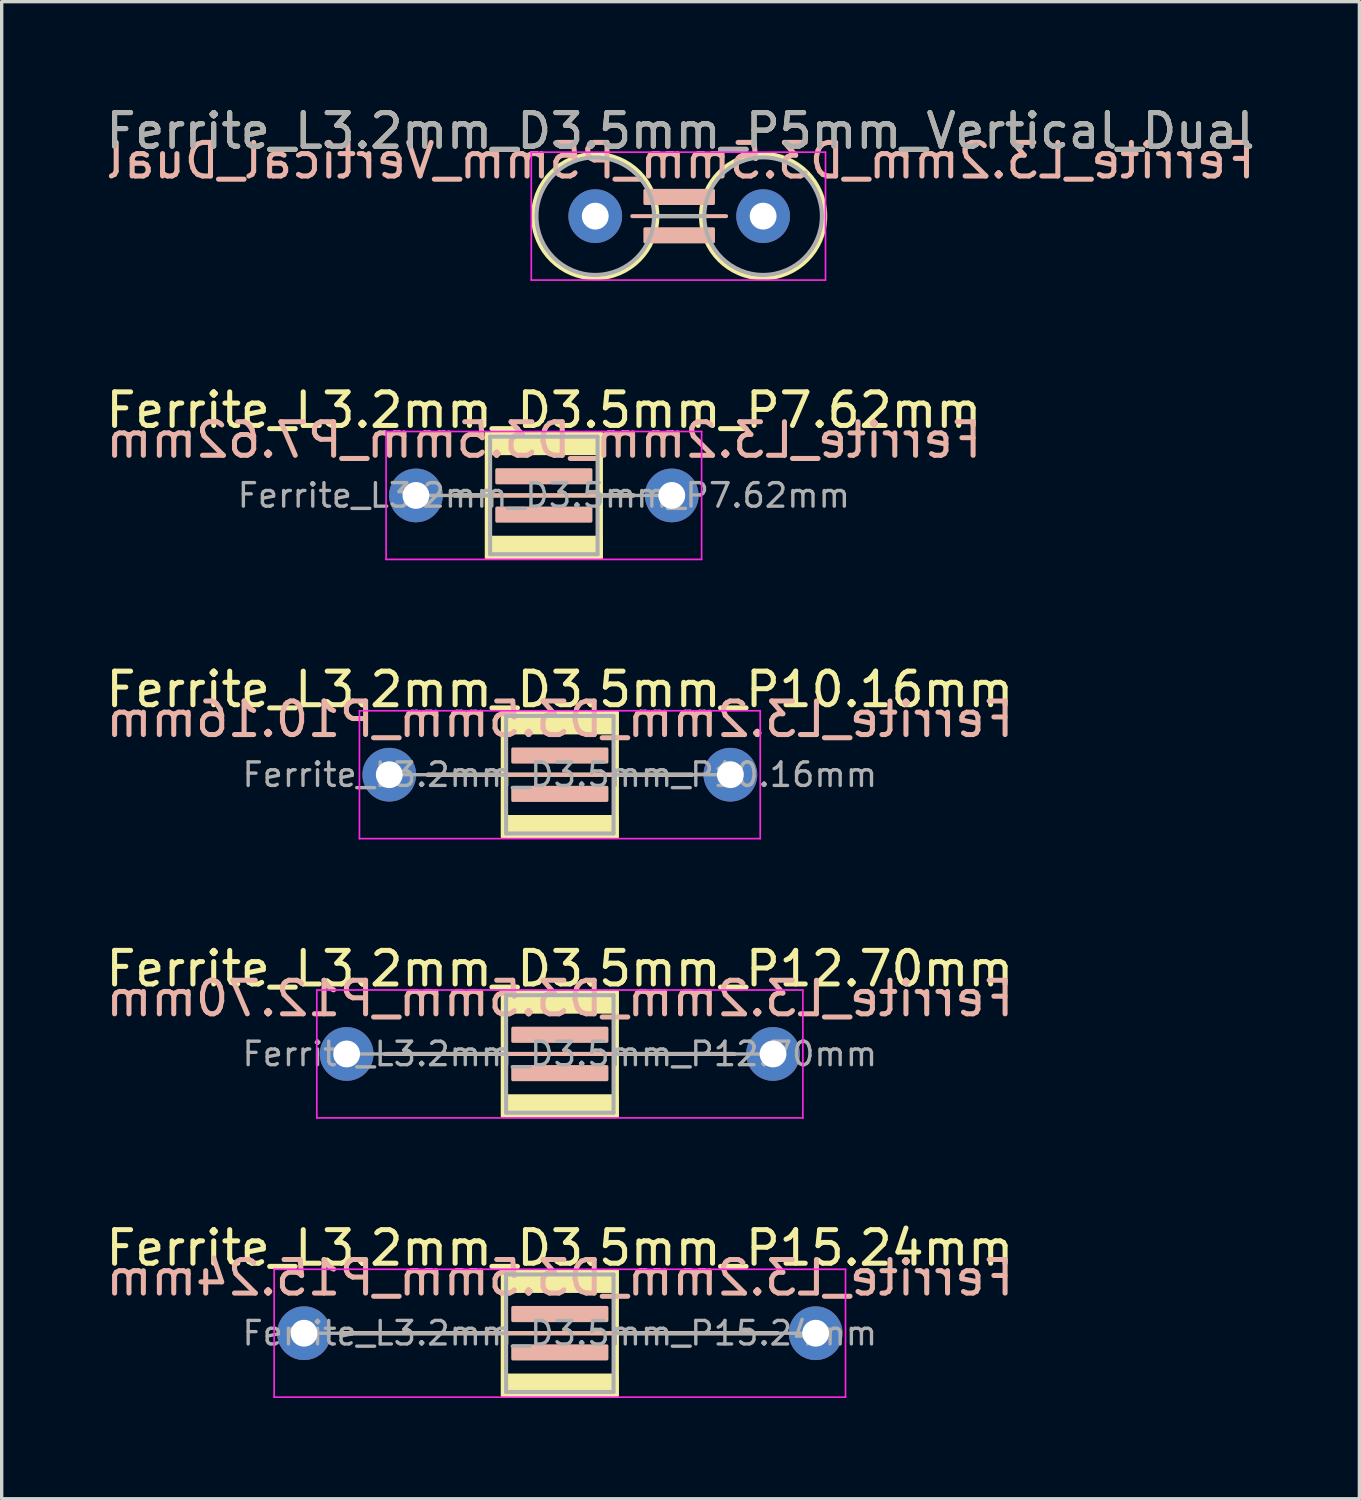
<source format=kicad_pcb>
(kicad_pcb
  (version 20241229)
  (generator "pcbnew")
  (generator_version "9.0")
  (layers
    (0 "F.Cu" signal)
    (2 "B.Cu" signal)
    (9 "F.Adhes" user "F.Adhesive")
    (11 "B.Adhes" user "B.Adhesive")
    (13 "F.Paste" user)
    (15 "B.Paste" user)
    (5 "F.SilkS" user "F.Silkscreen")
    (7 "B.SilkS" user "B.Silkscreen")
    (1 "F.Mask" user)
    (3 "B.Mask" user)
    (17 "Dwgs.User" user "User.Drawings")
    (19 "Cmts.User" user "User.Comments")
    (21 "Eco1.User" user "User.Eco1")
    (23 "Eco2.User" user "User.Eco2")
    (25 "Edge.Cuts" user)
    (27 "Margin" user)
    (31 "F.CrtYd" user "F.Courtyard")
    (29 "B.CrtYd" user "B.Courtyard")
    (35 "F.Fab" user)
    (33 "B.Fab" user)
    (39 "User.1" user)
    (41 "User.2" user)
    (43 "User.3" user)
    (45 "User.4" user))
  (footprint "Ferrite_L3.2mm_D3.5mm_P15.24mm"
    (layer "F.Cu")
    (at 6.005 36.661)
    (property "Reference" "Ferrite_L3.2mm_D3.5mm_P15.24mm" (at 7.62 -2.54 0) (layer "F.SilkS") (effects (font (size 1 1) (thickness 0.15))))
    (fp_line (start 14.097 0) (end 1.143 0) (stroke (width 0.12) (type solid)) (layer "F.SilkS"))
    (fp_rect (start 5.92 -1.85) (end 9.32 1.85) (stroke (width 0.12) (type solid)) (fill no) (layer "F.SilkS"))
    (fp_poly (pts (xy 9.32 -1.25) (xy 5.92 -1.25) (xy 5.92 -1.85) (xy 9.32 -1.85)) (stroke (width 0.1) (type solid)) (fill yes) (layer "F.SilkS"))
    (fp_poly (pts (xy 9.32 1.85) (xy 5.92 1.85) (xy 5.92 1.25) (xy 9.32 1.25)) (stroke (width 0.1) (type solid)) (fill yes) (layer "F.SilkS"))
    (fp_line (start 1.143 0) (end 14.097 0) (stroke (width 0.12) (type solid)) (layer "B.SilkS"))
    (fp_rect (start 6.223 -0.762) (end 9.017 -0.381) (stroke (width 0.1) (type solid)) (fill yes) (layer "B.SilkS"))
    (fp_rect (start 6.223 0.381) (end 9.017 0.762) (stroke (width 0.1) (type solid)) (fill yes) (layer "B.SilkS"))
    (fp_line (start -0.889 -1.905) (end 16.129 -1.905) (stroke (width 0.05) (type solid)) (layer "F.CrtYd"))
    (fp_line (start -0.889 1.905) (end -0.889 -1.905) (stroke (width 0.05) (type solid)) (layer "F.CrtYd"))
    (fp_line (start 16.129 -1.905) (end 16.129 1.905) (stroke (width 0.05) (type solid)) (layer "F.CrtYd"))
    (fp_line (start 16.129 1.905) (end -0.889 1.905) (stroke (width 0.05) (type solid)) (layer "F.CrtYd"))
    (fp_line (start 0 0) (end 6.02 0) (stroke (width 0.1) (type solid)) (layer "F.Fab"))
    (fp_line (start 6.02 -1.75) (end 6.02 1.75) (stroke (width 0.12) (type solid)) (layer "F.Fab"))
    (fp_line (start 6.02 1.75) (end 9.22 1.75) (stroke (width 0.12) (type solid)) (layer "F.Fab"))
    (fp_line (start 9.22 -1.75) (end 6.02 -1.75) (stroke (width 0.12) (type solid)) (layer "F.Fab"))
    (fp_line (start 9.22 1.75) (end 9.22 -1.75) (stroke (width 0.12) (type solid)) (layer "F.Fab"))
    (fp_line (start 15.24 0) (end 9.22 0) (stroke (width 0.1) (type solid)) (layer "F.Fab"))
    (fp_text user "${REFERENCE}" (at 7.62 -1.651 0) (layer "B.SilkS") (effects (font (size 1 1) (thickness 0.15)) (justify mirror)))
    (fp_text user "${REFERENCE}" (at 7.62 0 0) (layer "F.Fab") (effects (font (size 0.7 0.7) (thickness 0.1))))
    (pad "1" thru_hole circle (at 0 0) (size 1.6 1.6) (drill 0.8) (layers "*.Cu" "*.Mask"))
    (pad "2" thru_hole circle (at 15.24 0) (size 1.6 1.6) (drill 0.8) (layers "*.Cu" "*.Mask")))
  (footprint "Ferrite_L3.2mm_D3.5mm_P7.62mm"
    (layer "F.Cu")
    (at 9.339 11.707)
    (property "Reference" "Ferrite_L3.2mm_D3.5mm_P7.62mm" (at 3.81 -2.54 0) (layer "F.SilkS") (effects (font (size 1 1) (thickness 0.15))))
    (fp_line (start 6.477 0) (end 1.143 0) (stroke (width 0.12) (type solid)) (layer "F.SilkS"))
    (fp_rect (start 2.11 -1.85) (end 5.51 1.85) (stroke (width 0.12) (type solid)) (fill no) (layer "F.SilkS"))
    (fp_poly (pts (xy 5.51 -1.25) (xy 2.11 -1.25) (xy 2.11 -1.85) (xy 5.51 -1.85)) (stroke (width 0.1) (type solid)) (fill yes) (layer "F.SilkS"))
    (fp_poly (pts (xy 5.51 1.85) (xy 2.11 1.85) (xy 2.11 1.25) (xy 5.51 1.25)) (stroke (width 0.1) (type solid)) (fill yes) (layer "F.SilkS"))
    (fp_line (start 1.143 0) (end 6.477 0) (stroke (width 0.12) (type solid)) (layer "B.SilkS"))
    (fp_rect (start 2.413 -0.762) (end 5.207 -0.381) (stroke (width 0.1) (type solid)) (fill yes) (layer "B.SilkS"))
    (fp_rect (start 2.413 0.381) (end 5.207 0.762) (stroke (width 0.1) (type solid)) (fill yes) (layer "B.SilkS"))
    (fp_line (start -0.889 -1.905) (end 8.509 -1.905) (stroke (width 0.05) (type solid)) (layer "F.CrtYd"))
    (fp_line (start -0.889 1.905) (end -0.889 -1.905) (stroke (width 0.05) (type solid)) (layer "F.CrtYd"))
    (fp_line (start 8.509 -1.905) (end 8.509 1.905) (stroke (width 0.05) (type solid)) (layer "F.CrtYd"))
    (fp_line (start 8.509 1.905) (end -0.889 1.905) (stroke (width 0.05) (type solid)) (layer "F.CrtYd"))
    (fp_line (start 0 0) (end 2.21 0) (stroke (width 0.1) (type solid)) (layer "F.Fab"))
    (fp_line (start 2.21 -1.75) (end 2.21 1.75) (stroke (width 0.12) (type solid)) (layer "F.Fab"))
    (fp_line (start 2.21 1.75) (end 5.41 1.75) (stroke (width 0.12) (type solid)) (layer "F.Fab"))
    (fp_line (start 5.41 -1.75) (end 2.21 -1.75) (stroke (width 0.12) (type solid)) (layer "F.Fab"))
    (fp_line (start 5.41 1.75) (end 5.41 -1.75) (stroke (width 0.12) (type solid)) (layer "F.Fab"))
    (fp_line (start 7.62 0) (end 5.41 0) (stroke (width 0.1) (type solid)) (layer "F.Fab"))
    (fp_text user "${REFERENCE}" (at 3.81 -1.651 0) (layer "B.SilkS") (effects (font (size 1 1) (thickness 0.15)) (justify mirror)))
    (fp_text user "${REFERENCE}" (at 3.81 0 0) (layer "F.Fab") (effects (font (size 0.7 0.7) (thickness 0.1))))
    (pad "1" thru_hole circle (at 0 0) (size 1.6 1.6) (drill 0.8) (layers "*.Cu" "*.Mask"))
    (pad "2" thru_hole circle (at 7.62 0) (size 1.6 1.6) (drill 0.8) (layers "*.Cu" "*.Mask")))
  (footprint "Ferrite_L3.2mm_D3.5mm_P12.70mm"
    (layer "F.Cu")
    (at 7.275 28.343)
    (property "Reference" "Ferrite_L3.2mm_D3.5mm_P12.70mm" (at 6.35 -2.54 0) (layer "F.SilkS") (effects (font (size 1 1) (thickness 0.15))))
    (fp_line (start 11.5 0) (end 1.2 0) (stroke (width 0.12) (type solid)) (layer "F.SilkS"))
    (fp_rect (start 4.65 -1.85) (end 8.05 1.85) (stroke (width 0.12) (type solid)) (fill no) (layer "F.SilkS"))
    (fp_poly (pts (xy 8.05 -1.25) (xy 4.65 -1.25) (xy 4.65 -1.85) (xy 8.05 -1.85)) (stroke (width 0.1) (type solid)) (fill yes) (layer "F.SilkS"))
    (fp_poly (pts (xy 8.05 1.85) (xy 4.65 1.85) (xy 4.65 1.25) (xy 8.05 1.25)) (stroke (width 0.1) (type solid)) (fill yes) (layer "F.SilkS"))
    (fp_line (start 1.143 0) (end 11.557 0) (stroke (width 0.12) (type solid)) (layer "B.SilkS"))
    (fp_rect (start 4.953 -0.762) (end 7.747 -0.381) (stroke (width 0.1) (type solid)) (fill yes) (layer "B.SilkS"))
    (fp_rect (start 4.953 0.381) (end 7.747 0.762) (stroke (width 0.1) (type solid)) (fill yes) (layer "B.SilkS"))
    (fp_line (start -0.889 -1.905) (end 13.589 -1.905) (stroke (width 0.05) (type solid)) (layer "F.CrtYd"))
    (fp_line (start -0.889 1.905) (end -0.889 -1.905) (stroke (width 0.05) (type solid)) (layer "F.CrtYd"))
    (fp_line (start 13.589 -1.905) (end 13.589 1.905) (stroke (width 0.05) (type solid)) (layer "F.CrtYd"))
    (fp_line (start 13.589 1.905) (end -0.889 1.905) (stroke (width 0.05) (type solid)) (layer "F.CrtYd"))
    (fp_line (start 0 0) (end 4.75 0) (stroke (width 0.1) (type solid)) (layer "F.Fab"))
    (fp_line (start 4.75 -1.75) (end 4.75 1.75) (stroke (width 0.12) (type solid)) (layer "F.Fab"))
    (fp_line (start 4.75 1.75) (end 7.95 1.75) (stroke (width 0.12) (type solid)) (layer "F.Fab"))
    (fp_line (start 7.95 -1.75) (end 4.75 -1.75) (stroke (width 0.12) (type solid)) (layer "F.Fab"))
    (fp_line (start 7.95 1.75) (end 7.95 -1.75) (stroke (width 0.12) (type solid)) (layer "F.Fab"))
    (fp_line (start 12.7 0) (end 7.95 0) (stroke (width 0.1) (type solid)) (layer "F.Fab"))
    (fp_text user "${REFERENCE}" (at 6.35 -1.651 0) (layer "B.SilkS") (effects (font (size 1 1) (thickness 0.15)) (justify mirror)))
    (fp_text user "${REFERENCE}" (at 6.35 0 0) (layer "F.Fab") (effects (font (size 0.7 0.7) (thickness 0.1))))
    (pad "1" thru_hole circle (at 0 0) (size 1.6 1.6) (drill 0.8) (layers "*.Cu" "*.Mask"))
    (pad "2" thru_hole circle (at 12.7 0) (size 1.6 1.6) (drill 0.8) (layers "*.Cu" "*.Mask")))
  (footprint "Ferrite_L3.2mm_D3.5mm_P5mm_Vertical_Dual"
    (layer "F.Cu")
    (at 14.68 3.388)
    (property "Reference" "Ferrite_L3.2mm_D3.5mm_P5mm_Vertical_Dual" (at 2.54 -2.54 0) (layer "F.SilkS") (effects (font (size 1 1) (thickness 0.15))))
    (fp_line (start 1.85 0) (end 3.15 0) (stroke (width 0.12) (type solid)) (layer "F.SilkS"))
    (fp_circle (center 0 0) (end -1.85 0) (stroke (width 0.12) (type solid)) (fill no) (layer "F.SilkS"))
    (fp_circle (center 5 0) (end 3.15 0) (stroke (width 0.12) (type solid)) (fill no) (layer "F.SilkS"))
    (fp_line (start 3.897 0) (end 1.103 0) (stroke (width 0.12) (type solid)) (layer "B.SilkS"))
    (fp_rect (start 1.484 -0.762) (end 3.516 -0.381) (stroke (width 0.1) (type solid)) (fill yes) (layer "B.SilkS"))
    (fp_rect (start 1.484 0.381) (end 3.516 0.762) (stroke (width 0.1) (type solid)) (fill yes) (layer "B.SilkS"))
    (fp_line (start -1.905 -1.905) (end 6.858 -1.905) (stroke (width 0.05) (type solid)) (layer "F.CrtYd"))
    (fp_line (start -1.905 1.905) (end -1.905 -1.905) (stroke (width 0.05) (type solid)) (layer "F.CrtYd"))
    (fp_line (start 6.858 -1.905) (end 6.858 1.905) (stroke (width 0.05) (type solid)) (layer "F.CrtYd"))
    (fp_line (start 6.858 1.905) (end -1.905 1.905) (stroke (width 0.05) (type solid)) (layer "F.CrtYd"))
    (fp_line (start 1.75 0) (end 3.25 0) (stroke (width 0.12) (type solid)) (layer "F.Fab"))
    (fp_circle (center 0 0) (end -1.75 0) (stroke (width 0.12) (type solid)) (fill no) (layer "F.Fab"))
    (fp_circle (center 5 0) (end 3.25 0) (stroke (width 0.12) (type solid)) (fill no) (layer "F.Fab"))
    (fp_text user "${REFERENCE}" (at 2.54 -1.651 0) (layer "B.SilkS") (effects (font (size 1 1) (thickness 0.15)) (justify mirror)))
    (fp_text user "${REFERENCE}" (at 2.54 -2.539 0) (layer "F.Fab") (effects (font (size 1 1) (thickness 0.15))))
    (pad "1" thru_hole circle (at 0 0) (size 1.6 1.6) (drill 0.8) (layers "*.Cu" "*.Mask"))
    (pad "2" thru_hole circle (at 5 0) (size 1.6 1.6) (drill 0.8) (layers "*.Cu" "*.Mask")))
  (footprint "Ferrite_L3.2mm_D3.5mm_P10.16mm"
    (layer "F.Cu")
    (at 8.545 20.025)
    (property "Reference" "Ferrite_L3.2mm_D3.5mm_P10.16mm" (at 5.08 -2.54 0) (layer "F.SilkS") (effects (font (size 1 1) (thickness 0.15))))
    (fp_line (start 9.017 0) (end 1.143 0) (stroke (width 0.12) (type solid)) (layer "F.SilkS"))
    (fp_rect (start 3.38 -1.85) (end 6.78 1.85) (stroke (width 0.12) (type solid)) (fill no) (layer "F.SilkS"))
    (fp_poly (pts (xy 6.78 -1.25) (xy 3.38 -1.25) (xy 3.38 -1.85) (xy 6.78 -1.85)) (stroke (width 0.1) (type solid)) (fill yes) (layer "F.SilkS"))
    (fp_poly (pts (xy 6.78 1.85) (xy 3.38 1.85) (xy 3.38 1.25) (xy 6.78 1.25)) (stroke (width 0.1) (type solid)) (fill yes) (layer "F.SilkS"))
    (fp_line (start 1.143 0) (end 9.017 0) (stroke (width 0.12) (type solid)) (layer "B.SilkS"))
    (fp_rect (start 3.683 -0.762) (end 6.477 -0.381) (stroke (width 0.1) (type solid)) (fill yes) (layer "B.SilkS"))
    (fp_rect (start 3.683 0.381) (end 6.477 0.762) (stroke (width 0.1) (type solid)) (fill yes) (layer "B.SilkS"))
    (fp_line (start -0.889 -1.905) (end 11.049 -1.905) (stroke (width 0.05) (type solid)) (layer "F.CrtYd"))
    (fp_line (start -0.889 1.905) (end -0.889 -1.905) (stroke (width 0.05) (type solid)) (layer "F.CrtYd"))
    (fp_line (start 11.049 -1.905) (end 11.049 1.905) (stroke (width 0.05) (type solid)) (layer "F.CrtYd"))
    (fp_line (start 11.049 1.905) (end -0.889 1.905) (stroke (width 0.05) (type solid)) (layer "F.CrtYd"))
    (fp_line (start 0 0) (end 3.48 0) (stroke (width 0.1) (type solid)) (layer "F.Fab"))
    (fp_line (start 3.48 -1.75) (end 3.48 1.75) (stroke (width 0.12) (type solid)) (layer "F.Fab"))
    (fp_line (start 3.48 1.75) (end 6.68 1.75) (stroke (width 0.12) (type solid)) (layer "F.Fab"))
    (fp_line (start 6.68 -1.75) (end 3.48 -1.75) (stroke (width 0.12) (type solid)) (layer "F.Fab"))
    (fp_line (start 6.68 1.75) (end 6.68 -1.75) (stroke (width 0.12) (type solid)) (layer "F.Fab"))
    (fp_line (start 10.16 0) (end 6.68 0) (stroke (width 0.1) (type solid)) (layer "F.Fab"))
    (fp_text user "${REFERENCE}" (at 5.08 -1.651 0) (layer "B.SilkS") (effects (font (size 1 1) (thickness 0.15)) (justify mirror)))
    (fp_text user "${REFERENCE}" (at 5.08 0 0) (layer "F.Fab") (effects (font (size 0.7 0.7) (thickness 0.1))))
    (pad "1" thru_hole circle (at 0 0) (size 1.6 1.6) (drill 0.8) (layers "*.Cu" "*.Mask"))
    (pad "2" thru_hole circle (at 10.16 0) (size 1.6 1.6) (drill 0.8) (layers "*.Cu" "*.Mask")))
  (gr_rect
    (start -3 -3)
    (end 37.44 41.591)
    (stroke (width 0.1) (type default))
    (fill no)
    (layer "Edge.Cuts")))
</source>
